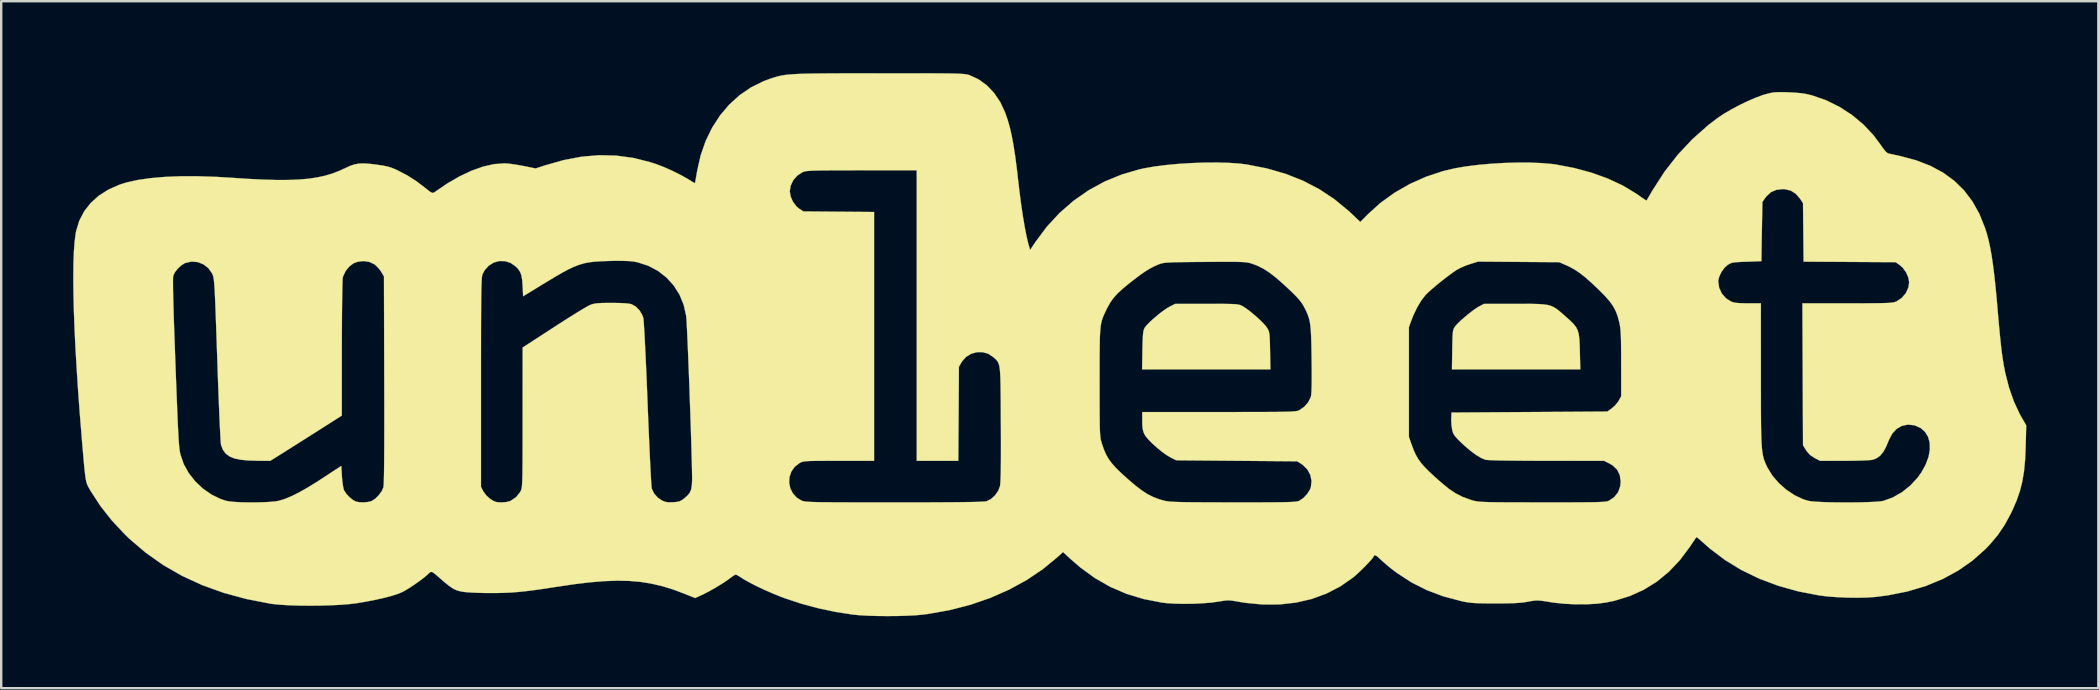
<source format=kicad_pcb>
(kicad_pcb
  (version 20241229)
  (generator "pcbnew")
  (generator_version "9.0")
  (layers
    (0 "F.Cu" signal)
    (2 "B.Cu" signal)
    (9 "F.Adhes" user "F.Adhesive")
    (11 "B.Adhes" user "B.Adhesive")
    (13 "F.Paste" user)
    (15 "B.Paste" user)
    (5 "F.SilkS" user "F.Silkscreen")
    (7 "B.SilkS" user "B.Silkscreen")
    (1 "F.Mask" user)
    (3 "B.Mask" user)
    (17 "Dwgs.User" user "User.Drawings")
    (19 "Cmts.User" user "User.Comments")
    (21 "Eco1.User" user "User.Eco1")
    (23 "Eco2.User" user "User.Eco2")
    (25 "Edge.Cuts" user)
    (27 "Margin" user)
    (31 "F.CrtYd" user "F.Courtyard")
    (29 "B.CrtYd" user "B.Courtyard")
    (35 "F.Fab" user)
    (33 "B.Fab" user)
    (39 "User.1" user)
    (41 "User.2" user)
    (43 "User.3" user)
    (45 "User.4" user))
  (footprint "F.Silk_g8169"
    (layer "F.Cu")
    (at 32.87 20.006)
    (property "Reference" "F.Silk_g8169" (at 0 0 0) (layer "F.SilkS") (effects (font (size 1.524 1.524) (thickness 0.3))))
    (attr through_hole)
    (fp_poly (pts (xy 27.951 -10.391) (xy 28.208 -10.385) (xy 28.413 -10.37) (xy 28.579 -10.346) (xy 28.718 -10.308) (xy 28.839 -10.253) (xy 28.955 -10.18) (xy 29.077 -10.084) (xy 29.217 -9.963) (xy 29.336 -9.858) (xy 29.52 -9.692) (xy 29.659 -9.554) (xy 29.76 -9.426) (xy 29.829 -9.292) (xy 29.874 -9.137) (xy 29.9 -8.944) (xy 29.914 -8.697) (xy 29.922 -8.414) (xy 29.939 -7.662) (xy 24.591 -7.662) (xy 24.604 -8.481) (xy 24.609 -8.765) (xy 24.615 -8.977) (xy 24.623 -9.131) (xy 24.634 -9.241) (xy 24.652 -9.318) (xy 24.676 -9.377) (xy 24.708 -9.431) (xy 24.717 -9.444) (xy 24.81 -9.552) (xy 24.954 -9.693) (xy 25.13 -9.848) (xy 25.32 -10.004) (xy 25.505 -10.144) (xy 25.665 -10.252) (xy 25.727 -10.287) (xy 25.929 -10.393) (xy 27.241 -10.393) (xy 27.633 -10.393) (xy 27.951 -10.391)) (stroke (width 0.01) (type solid)) (fill yes) (layer "F.SilkS"))
    (fp_poly (pts (xy 14.741 -10.393) (xy 15.034 -10.392) (xy 15.263 -10.389) (xy 15.438 -10.385) (xy 15.568 -10.378) (xy 15.663 -10.367) (xy 15.734 -10.352) (xy 15.79 -10.333) (xy 15.842 -10.309) (xy 15.863 -10.297) (xy 16.006 -10.207) (xy 16.181 -10.076) (xy 16.369 -9.92) (xy 16.553 -9.755) (xy 16.715 -9.596) (xy 16.838 -9.46) (xy 16.891 -9.386) (xy 16.929 -9.318) (xy 16.957 -9.252) (xy 16.976 -9.172) (xy 16.99 -9.064) (xy 16.999 -8.915) (xy 17.005 -8.709) (xy 17.011 -8.435) (xy 17.025 -7.662) (xy 11.677 -7.662) (xy 11.691 -8.456) (xy 11.698 -8.747) (xy 11.706 -8.967) (xy 11.717 -9.128) (xy 11.732 -9.243) (xy 11.753 -9.325) (xy 11.78 -9.387) (xy 11.857 -9.489) (xy 11.987 -9.624) (xy 12.153 -9.777) (xy 12.338 -9.934) (xy 12.526 -10.081) (xy 12.699 -10.201) (xy 12.827 -10.276) (xy 13.06 -10.393) (xy 14.372 -10.393) (xy 14.741 -10.393)) (stroke (width 0.01) (type solid)) (fill yes) (layer "F.SilkS"))
    (fp_poly (pts (xy 2.365 -20.001) (xy 2.778 -20) (xy 3.129 -19.998) (xy 3.423 -19.996) (xy 3.667 -19.993) (xy 3.867 -19.989) (xy 4.027 -19.984) (xy 4.153 -19.977) (xy 4.252 -19.97) (xy 4.329 -19.961) (xy 4.39 -19.95) (xy 4.439 -19.938) (xy 4.484 -19.923) (xy 4.487 -19.922) (xy 4.865 -19.747) (xy 5.208 -19.499) (xy 5.509 -19.182) (xy 5.765 -18.803) (xy 5.964 -18.379) (xy 6.067 -18.088) (xy 6.158 -17.771) (xy 6.24 -17.418) (xy 6.316 -17.018) (xy 6.387 -16.561) (xy 6.455 -16.037) (xy 6.497 -15.663) (xy 6.566 -15.076) (xy 6.638 -14.526) (xy 6.713 -14.024) (xy 6.789 -13.577) (xy 6.864 -13.195) (xy 6.938 -12.886) (xy 6.957 -12.819) (xy 7.01 -12.638) (xy 7.236 -12.976) (xy 7.711 -13.611) (xy 8.24 -14.182) (xy 8.818 -14.686) (xy 9.444 -15.123) (xy 10.113 -15.488) (xy 10.822 -15.78) (xy 11.568 -15.998) (xy 11.769 -16.042) (xy 12.197 -16.117) (xy 12.68 -16.178) (xy 13.199 -16.227) (xy 13.737 -16.26) (xy 14.277 -16.279) (xy 14.801 -16.282) (xy 15.291 -16.269) (xy 15.731 -16.239) (xy 16.044 -16.2) (xy 16.88 -16.036) (xy 17.658 -15.811) (xy 18.384 -15.524) (xy 19.06 -15.173) (xy 19.69 -14.755) (xy 20.279 -14.27) (xy 20.382 -14.175) (xy 20.772 -13.806) (xy 21.086 -14.124) (xy 21.612 -14.6) (xy 22.198 -15.023) (xy 22.835 -15.388) (xy 23.512 -15.69) (xy 24.218 -15.924) (xy 24.703 -16.039) (xy 25.16 -16.118) (xy 25.667 -16.182) (xy 26.206 -16.231) (xy 26.76 -16.264) (xy 27.311 -16.28) (xy 27.84 -16.279) (xy 28.329 -16.259) (xy 28.762 -16.221) (xy 28.914 -16.201) (xy 29.686 -16.054) (xy 30.415 -15.857) (xy 31.093 -15.612) (xy 31.714 -15.321) (xy 32.268 -14.988) (xy 32.373 -14.915) (xy 32.512 -14.817) (xy 32.623 -14.742) (xy 32.689 -14.702) (xy 32.701 -14.698) (xy 32.725 -14.738) (xy 32.782 -14.835) (xy 32.865 -14.976) (xy 32.957 -15.134) (xy 33.448 -15.895) (xy 34.001 -16.604) (xy 34.612 -17.256) (xy 35.276 -17.844) (xy 35.67 -18.144) (xy 35.932 -18.318) (xy 36.243 -18.5) (xy 36.581 -18.679) (xy 36.924 -18.844) (xy 37.25 -18.985) (xy 37.539 -19.091) (xy 37.628 -19.118) (xy 37.794 -19.163) (xy 37.931 -19.193) (xy 38.064 -19.21) (xy 38.214 -19.217) (xy 38.405 -19.215) (xy 38.623 -19.208) (xy 38.923 -19.192) (xy 39.166 -19.169) (xy 39.378 -19.134) (xy 39.587 -19.083) (xy 39.607 -19.078) (xy 40.188 -18.875) (xy 40.744 -18.6) (xy 41.265 -18.262) (xy 41.739 -17.867) (xy 42.155 -17.425) (xy 42.435 -17.05) (xy 42.57 -16.858) (xy 42.68 -16.727) (xy 42.759 -16.665) (xy 42.771 -16.661) (xy 42.85 -16.644) (xy 42.989 -16.614) (xy 43.166 -16.576) (xy 43.286 -16.55) (xy 43.943 -16.373) (xy 44.535 -16.143) (xy 45.063 -15.859) (xy 45.528 -15.519) (xy 45.933 -15.122) (xy 46.279 -14.666) (xy 46.569 -14.149) (xy 46.803 -13.57) (xy 46.884 -13.314) (xy 46.956 -13.042) (xy 47.022 -12.736) (xy 47.084 -12.39) (xy 47.142 -11.995) (xy 47.198 -11.542) (xy 47.253 -11.023) (xy 47.307 -10.431) (xy 47.326 -10.212) (xy 47.37 -9.702) (xy 47.41 -9.266) (xy 47.447 -8.894) (xy 47.482 -8.574) (xy 47.516 -8.296) (xy 47.552 -8.05) (xy 47.59 -7.825) (xy 47.631 -7.61) (xy 47.646 -7.534) (xy 47.805 -6.909) (xy 48.007 -6.329) (xy 48.248 -5.81) (xy 48.332 -5.66) (xy 48.524 -5.33) (xy 48.502 -4.432) (xy 48.478 -3.895) (xy 48.433 -3.421) (xy 48.362 -2.994) (xy 48.261 -2.593) (xy 48.126 -2.202) (xy 47.953 -1.801) (xy 47.874 -1.637) (xy 47.62 -1.171) (xy 47.34 -0.759) (xy 47.014 -0.371) (xy 46.82 -0.169) (xy 46.281 0.31) (xy 45.685 0.726) (xy 45.034 1.079) (xy 44.329 1.369) (xy 43.57 1.594) (xy 42.758 1.755) (xy 42.227 1.823) (xy 41.891 1.846) (xy 41.499 1.855) (xy 41.077 1.85) (xy 40.654 1.832) (xy 40.255 1.802) (xy 39.908 1.76) (xy 39.899 1.759) (xy 39.02 1.589) (xy 38.184 1.355) (xy 37.393 1.057) (xy 36.652 0.698) (xy 35.967 0.28) (xy 35.34 -0.195) (xy 35.124 -0.385) (xy 34.987 -0.507) (xy 34.876 -0.603) (xy 34.802 -0.66) (xy 34.779 -0.672) (xy 34.751 -0.632) (xy 34.687 -0.537) (xy 34.595 -0.402) (xy 34.507 -0.269) (xy 34.09 0.288) (xy 33.631 0.772) (xy 33.131 1.183) (xy 32.587 1.521) (xy 32 1.786) (xy 31.369 1.98) (xy 31.009 2.055) (xy 30.632 2.104) (xy 30.2 2.128) (xy 29.74 2.129) (xy 29.278 2.106) (xy 28.841 2.061) (xy 28.687 2.037) (xy 28.462 2) (xy 28.296 1.977) (xy 28.168 1.968) (xy 28.052 1.972) (xy 27.926 1.989) (xy 27.767 2.018) (xy 27.756 2.02) (xy 27.592 2.047) (xy 27.41 2.066) (xy 27.197 2.08) (xy 26.937 2.088) (xy 26.616 2.092) (xy 26.395 2.092) (xy 26.064 2.091) (xy 25.801 2.087) (xy 25.592 2.08) (xy 25.419 2.068) (xy 25.267 2.049) (xy 25.119 2.025) (xy 24.986 1.997) (xy 24.24 1.799) (xy 23.548 1.54) (xy 22.902 1.214) (xy 22.296 0.82) (xy 22.013 0.604) (xy 21.858 0.475) (xy 21.714 0.349) (xy 21.603 0.247) (xy 21.571 0.216) (xy 21.473 0.129) (xy 21.391 0.086) (xy 21.343 0.094) (xy 21.336 0.118) (xy 21.307 0.172) (xy 21.227 0.27) (xy 21.11 0.4) (xy 20.968 0.548) (xy 20.813 0.701) (xy 20.659 0.848) (xy 20.516 0.974) (xy 20.456 1.023) (xy 19.929 1.388) (xy 19.358 1.683) (xy 18.746 1.906) (xy 18.098 2.056) (xy 17.417 2.134) (xy 16.705 2.137) (xy 15.968 2.066) (xy 15.61 2.006) (xy 15.437 1.977) (xy 15.3 1.964) (xy 15.165 1.969) (xy 15 1.993) (xy 14.886 2.012) (xy 14.583 2.055) (xy 14.223 2.085) (xy 13.83 2.104) (xy 13.429 2.109) (xy 13.044 2.101) (xy 12.701 2.08) (xy 12.497 2.056) (xy 11.736 1.907) (xy 11.023 1.69) (xy 10.351 1.4) (xy 9.714 1.036) (xy 9.105 0.595) (xy 8.689 0.234) (xy 8.382 -0.051) (xy 8.145 0.166) (xy 7.535 0.668) (xy 6.862 1.12) (xy 6.131 1.519) (xy 5.351 1.862) (xy 4.527 2.146) (xy 3.665 2.369) (xy 2.773 2.528) (xy 2.517 2.561) (xy 2.222 2.587) (xy 1.864 2.605) (xy 1.466 2.616) (xy 1.049 2.619) (xy 0.633 2.615) (xy 0.24 2.603) (xy -0.108 2.583) (xy -0.368 2.558) (xy -1.086 2.448) (xy -1.82 2.292) (xy -2.542 2.098) (xy -3.22 1.873) (xy -3.401 1.805) (xy -3.742 1.665) (xy -4.08 1.517) (xy -4.398 1.366) (xy -4.678 1.223) (xy -4.904 1.096) (xy -4.989 1.042) (xy -5.112 0.963) (xy -5.21 0.907) (xy -5.258 0.889) (xy -5.314 0.913) (xy -5.408 0.975) (xy -5.457 1.013) (xy -5.633 1.141) (xy -5.861 1.29) (xy -6.114 1.443) (xy -6.367 1.586) (xy -6.595 1.704) (xy -6.639 1.724) (xy -6.948 1.868) (xy -7.422 1.678) (xy -7.876 1.508) (xy -8.321 1.372) (xy -8.766 1.268) (xy -9.221 1.195) (xy -9.696 1.154) (xy -10.201 1.144) (xy -10.747 1.164) (xy -11.342 1.213) (xy -11.997 1.292) (xy -12.706 1.397) (xy -13.191 1.472) (xy -13.608 1.532) (xy -13.973 1.578) (xy -14.301 1.613) (xy -14.608 1.637) (xy -14.91 1.651) (xy -15.221 1.658) (xy -15.452 1.659) (xy -15.733 1.657) (xy -16.01 1.65) (xy -16.261 1.639) (xy -16.466 1.625) (xy -16.595 1.611) (xy -16.761 1.581) (xy -16.903 1.538) (xy -17.038 1.473) (xy -17.183 1.377) (xy -17.357 1.239) (xy -17.529 1.091) (xy -17.696 0.944) (xy -17.813 0.846) (xy -17.892 0.792) (xy -17.948 0.776) (xy -17.995 0.793) (xy -18.047 0.838) (xy -18.086 0.875) (xy -18.232 1.002) (xy -18.429 1.152) (xy -18.65 1.308) (xy -18.872 1.455) (xy -19.071 1.574) (xy -19.147 1.615) (xy -19.34 1.695) (xy -19.606 1.78) (xy -19.932 1.865) (xy -20.306 1.948) (xy -20.716 2.027) (xy -21.04 2.081) (xy -21.343 2.118) (xy -21.708 2.148) (xy -22.118 2.169) (xy -22.554 2.182) (xy -23.001 2.186) (xy -23.44 2.182) (xy -23.854 2.17) (xy -24.225 2.148) (xy -24.536 2.118) (xy -24.638 2.104) (xy -25.643 1.91) (xy -26.594 1.652) (xy -27.49 1.33) (xy -28.331 0.943) (xy -29.119 0.491) (xy -29.852 -0.026) (xy -30.532 -0.607) (xy -30.715 -0.783) (xy -31.263 -1.369) (xy -31.735 -1.969) (xy -32.141 -2.593) (xy -32.209 -2.712) (xy -32.246 -2.779) (xy -32.277 -2.843) (xy -32.303 -2.913) (xy -32.327 -2.997) (xy -32.348 -3.105) (xy -32.369 -3.244) (xy -32.39 -3.424) (xy -32.413 -3.652) (xy -32.439 -3.939) (xy -32.469 -4.291) (xy -32.506 -4.719) (xy -32.509 -4.763) (xy -32.593 -5.796) (xy -32.665 -6.782) (xy -32.726 -7.716) (xy -32.777 -8.596) (xy -32.816 -9.418) (xy -32.844 -10.18) (xy -32.86 -10.878) (xy -32.864 -11.356) (xy -28.711 -11.356) (xy -28.71 -11.144) (xy -28.706 -10.856) (xy -28.697 -10.493) (xy -28.685 -10.052) (xy -28.668 -9.531) (xy -28.647 -8.929) (xy -28.622 -8.245) (xy -28.618 -8.132) (xy -28.594 -7.484) (xy -28.572 -6.916) (xy -28.553 -6.42) (xy -28.535 -5.993) (xy -28.52 -5.626) (xy -28.506 -5.316) (xy -28.493 -5.056) (xy -28.482 -4.841) (xy -28.47 -4.664) (xy -28.459 -4.52) (xy -28.448 -4.404) (xy -28.437 -4.309) (xy -28.424 -4.231) (xy -28.411 -4.162) (xy -28.398 -4.106) (xy -28.263 -3.714) (xy -28.055 -3.34) (xy -27.785 -2.996) (xy -27.464 -2.693) (xy -27.102 -2.442) (xy -26.712 -2.254) (xy -26.492 -2.183) (xy -26.342 -2.156) (xy -26.126 -2.136) (xy -25.863 -2.123) (xy -25.57 -2.117) (xy -25.266 -2.117) (xy -24.97 -2.124) (xy -24.699 -2.137) (xy -24.472 -2.157) (xy -24.308 -2.183) (xy -24.302 -2.185) (xy -24.053 -2.26) (xy -23.775 -2.375) (xy -23.46 -2.532) (xy -23.1 -2.736) (xy -22.688 -2.99) (xy -22.479 -3.126) (xy -21.696 -3.638) (xy -21.671 -3.205) (xy -21.654 -3.004) (xy -21.629 -2.819) (xy -21.599 -2.676) (xy -21.582 -2.624) (xy -21.493 -2.483) (xy -21.357 -2.336) (xy -21.205 -2.215) (xy -21.096 -2.156) (xy -20.945 -2.125) (xy -20.755 -2.119) (xy -20.566 -2.138) (xy -20.435 -2.174) (xy -20.284 -2.269) (xy -20.135 -2.417) (xy -20.011 -2.587) (xy -19.94 -2.746) (xy -19.932 -2.814) (xy -19.925 -2.952) (xy -19.919 -3.161) (xy -19.914 -3.444) (xy -19.91 -3.802) (xy -19.907 -4.235) (xy -19.905 -4.747) (xy -19.904 -5.338) (xy -19.904 -6.01) (xy -19.905 -6.764) (xy -19.906 -7.12) (xy -15.875 -7.12) (xy -15.875 -2.765) (xy -15.777 -2.578) (xy -15.652 -2.406) (xy -15.479 -2.256) (xy -15.476 -2.254) (xy -15.338 -2.171) (xy -15.216 -2.13) (xy -15.064 -2.117) (xy -15.021 -2.117) (xy -14.837 -2.13) (xy -14.681 -2.166) (xy -14.635 -2.185) (xy -14.41 -2.338) (xy -14.246 -2.543) (xy -14.22 -2.591) (xy -14.204 -2.625) (xy -14.191 -2.665) (xy -14.179 -2.717) (xy -14.169 -2.787) (xy -14.161 -2.881) (xy -14.155 -3.007) (xy -14.15 -3.17) (xy -14.146 -3.375) (xy -14.143 -3.63) (xy -14.141 -3.941) (xy -14.14 -4.314) (xy -14.139 -4.755) (xy -14.139 -5.27) (xy -14.139 -5.66) (xy -14.138 -8.572) (xy -12.841 -9.415) (xy -12.535 -9.612) (xy -12.243 -9.798) (xy -11.974 -9.967) (xy -11.738 -10.112) (xy -11.544 -10.227) (xy -11.403 -10.307) (xy -11.329 -10.345) (xy -11.234 -10.379) (xy -11.135 -10.402) (xy -11.013 -10.418) (xy -10.853 -10.427) (xy -10.638 -10.431) (xy -10.435 -10.432) (xy -10.111 -10.428) (xy -9.858 -10.416) (xy -9.679 -10.396) (xy -9.602 -10.379) (xy -9.42 -10.276) (xy -9.262 -10.113) (xy -9.146 -9.913) (xy -9.108 -9.796) (xy -9.099 -9.721) (xy -9.088 -9.569) (xy -9.074 -9.346) (xy -9.057 -9.059) (xy -9.04 -8.715) (xy -9.02 -8.321) (xy -9 -7.884) (xy -8.979 -7.41) (xy -8.958 -6.906) (xy -8.937 -6.38) (xy -8.931 -6.223) (xy -8.91 -5.693) (xy -8.889 -5.185) (xy -8.868 -4.705) (xy -8.848 -4.261) (xy -8.829 -3.858) (xy -8.812 -3.504) (xy -8.796 -3.206) (xy -8.782 -2.97) (xy -8.77 -2.804) (xy -8.762 -2.712) (xy -8.759 -2.701) (xy -8.663 -2.491) (xy -8.5 -2.31) (xy -8.327 -2.195) (xy -8.204 -2.144) (xy -8.072 -2.122) (xy -7.897 -2.123) (xy -7.869 -2.124) (xy -7.699 -2.14) (xy -7.581 -2.17) (xy -7.48 -2.226) (xy -7.424 -2.269) (xy -7.272 -2.401) (xy -7.173 -2.522) (xy -7.116 -2.655) (xy -7.087 -2.828) (xy -7.08 -2.941) (xy -3.032 -2.941) (xy -2.985 -2.709) (xy -2.878 -2.495) (xy -2.712 -2.315) (xy -2.519 -2.196) (xy -2.486 -2.182) (xy -2.445 -2.17) (xy -2.392 -2.16) (xy -2.321 -2.151) (xy -2.227 -2.144) (xy -2.104 -2.137) (xy -1.946 -2.132) (xy -1.748 -2.128) (xy -1.505 -2.125) (xy -1.21 -2.122) (xy -0.86 -2.121) (xy -0.448 -2.119) (xy 0.032 -2.119) (xy 0.584 -2.118) (xy 1.215 -2.118) (xy 1.333 -2.118) (xy 2.07 -2.118) (xy 2.724 -2.119) (xy 3.296 -2.122) (xy 3.79 -2.125) (xy 4.206 -2.129) (xy 4.547 -2.134) (xy 4.814 -2.14) (xy 5.009 -2.148) (xy 5.134 -2.156) (xy 5.186 -2.164) (xy 5.378 -2.256) (xy 5.55 -2.411) (xy 5.685 -2.606) (xy 5.757 -2.801) (xy 5.768 -2.888) (xy 5.778 -3.031) (xy 5.785 -3.235) (xy 5.791 -3.504) (xy 5.794 -3.842) (xy 5.795 -4.252) (xy 5.795 -4.739) (xy 5.793 -5.305) (xy 5.792 -5.397) (xy 5.789 -5.919) (xy 5.787 -6.363) (xy 5.783 -6.737) (xy 5.779 -7.047) (xy 5.772 -7.3) (xy 5.768 -7.388) (xy 9.906 -7.388) (xy 9.906 -7.13) (xy 9.906 -6.634) (xy 9.907 -6.216) (xy 9.908 -5.867) (xy 9.91 -5.58) (xy 9.913 -5.347) (xy 9.918 -5.161) (xy 9.924 -5.014) (xy 9.933 -4.898) (xy 9.944 -4.806) (xy 9.957 -4.73) (xy 9.973 -4.663) (xy 9.992 -4.597) (xy 9.995 -4.587) (xy 10.078 -4.342) (xy 10.169 -4.13) (xy 10.277 -3.937) (xy 10.414 -3.75) (xy 10.589 -3.553) (xy 10.813 -3.335) (xy 11.091 -3.083) (xy 11.394 -2.825) (xy 11.659 -2.622) (xy 11.902 -2.465) (xy 12.139 -2.345) (xy 12.385 -2.251) (xy 12.557 -2.2) (xy 12.622 -2.184) (xy 12.692 -2.17) (xy 12.775 -2.159) (xy 12.877 -2.149) (xy 13.005 -2.141) (xy 13.166 -2.135) (xy 13.368 -2.13) (xy 13.616 -2.126) (xy 13.918 -2.123) (xy 14.281 -2.122) (xy 14.711 -2.12) (xy 15.216 -2.119) (xy 15.466 -2.119) (xy 16.009 -2.119) (xy 16.474 -2.119) (xy 16.866 -2.12) (xy 17.193 -2.122) (xy 17.462 -2.125) (xy 17.678 -2.129) (xy 17.847 -2.134) (xy 17.978 -2.141) (xy 18.075 -2.149) (xy 18.145 -2.16) (xy 18.195 -2.172) (xy 18.228 -2.185) (xy 18.4 -2.301) (xy 18.558 -2.468) (xy 18.675 -2.656) (xy 18.713 -2.757) (xy 18.74 -3.013) (xy 18.69 -3.262) (xy 18.567 -3.488) (xy 18.379 -3.678) (xy 18.303 -3.73) (xy 18.14 -3.831) (xy 15.621 -3.852) (xy 13.102 -3.873) (xy 12.869 -3.989) (xy 12.701 -4.089) (xy 12.507 -4.228) (xy 12.306 -4.392) (xy 12.114 -4.564) (xy 11.948 -4.731) (xy 11.826 -4.877) (xy 11.779 -4.952) (xy 11.729 -5.069) (xy 11.7 -5.194) (xy 11.686 -5.355) (xy 11.684 -5.512) (xy 11.684 -5.884) (xy 14.882 -5.884) (xy 15.479 -5.884) (xy 15.997 -5.885) (xy 16.443 -5.885) (xy 16.821 -5.887) (xy 17.138 -5.888) (xy 17.401 -5.891) (xy 17.614 -5.895) (xy 17.784 -5.899) (xy 17.916 -5.905) (xy 18.017 -5.913) (xy 18.093 -5.922) (xy 18.149 -5.932) (xy 18.191 -5.944) (xy 18.225 -5.959) (xy 18.241 -5.967) (xy 18.438 -6.105) (xy 18.6 -6.291) (xy 18.704 -6.497) (xy 18.713 -6.527) (xy 18.729 -6.625) (xy 18.739 -6.792) (xy 18.746 -7.033) (xy 18.748 -7.349) (xy 18.747 -7.744) (xy 18.743 -8.083) (xy 18.737 -8.499) (xy 18.729 -8.84) (xy 18.719 -9.119) (xy 18.705 -9.345) (xy 18.697 -9.419) (xy 22.797 -9.419) (xy 22.797 -4.847) (xy 22.916 -4.509) (xy 22.997 -4.294) (xy 23.082 -4.106) (xy 23.18 -3.934) (xy 23.3 -3.766) (xy 23.451 -3.592) (xy 23.642 -3.4) (xy 23.882 -3.178) (xy 24.169 -2.924) (xy 24.47 -2.679) (xy 24.75 -2.492) (xy 25.036 -2.348) (xy 25.351 -2.232) (xy 25.4 -2.217) (xy 25.466 -2.197) (xy 25.53 -2.181) (xy 25.598 -2.167) (xy 25.678 -2.155) (xy 25.776 -2.145) (xy 25.899 -2.138) (xy 26.054 -2.132) (xy 26.249 -2.128) (xy 26.49 -2.124) (xy 26.784 -2.122) (xy 27.138 -2.121) (xy 27.559 -2.12) (xy 28.055 -2.119) (xy 28.355 -2.119) (xy 28.899 -2.119) (xy 29.365 -2.119) (xy 29.759 -2.12) (xy 30.087 -2.122) (xy 30.356 -2.124) (xy 30.573 -2.128) (xy 30.744 -2.134) (xy 30.874 -2.14) (xy 30.972 -2.149) (xy 31.042 -2.159) (xy 31.091 -2.171) (xy 31.127 -2.185) (xy 31.128 -2.185) (xy 31.359 -2.342) (xy 31.517 -2.544) (xy 31.605 -2.79) (xy 31.623 -2.996) (xy 31.586 -3.259) (xy 31.477 -3.479) (xy 31.295 -3.656) (xy 31.154 -3.74) (xy 30.929 -3.852) (xy 28.535 -3.853) (xy 27.986 -3.853) (xy 27.494 -3.856) (xy 27.064 -3.86) (xy 26.7 -3.865) (xy 26.406 -3.871) (xy 26.185 -3.879) (xy 26.041 -3.888) (xy 25.985 -3.896) (xy 25.805 -3.972) (xy 25.585 -4.106) (xy 25.34 -4.288) (xy 25.082 -4.511) (xy 24.98 -4.607) (xy 24.83 -4.755) (xy 24.73 -4.865) (xy 24.667 -4.955) (xy 24.628 -5.043) (xy 24.601 -5.15) (xy 24.597 -5.172) (xy 24.571 -5.357) (xy 24.56 -5.554) (xy 24.562 -5.638) (xy 24.575 -5.863) (xy 31.065 -5.905) (xy 31.249 -6.034) (xy 31.383 -6.152) (xy 31.503 -6.296) (xy 31.538 -6.352) (xy 31.644 -6.54) (xy 31.643 -7.916) (xy 31.642 -8.312) (xy 31.64 -8.633) (xy 31.636 -8.891) (xy 31.629 -9.097) (xy 31.619 -9.262) (xy 31.606 -9.396) (xy 31.589 -9.509) (xy 31.568 -9.613) (xy 31.567 -9.618) (xy 31.498 -9.877) (xy 31.414 -10.099) (xy 31.305 -10.302) (xy 31.16 -10.504) (xy 30.968 -10.722) (xy 30.737 -10.956) (xy 30.431 -11.247) (xy 30.342 -11.326) (xy 35.687 -11.326) (xy 35.727 -11.063) (xy 35.838 -10.824) (xy 36.01 -10.626) (xy 36.216 -10.493) (xy 36.31 -10.458) (xy 36.425 -10.435) (xy 36.579 -10.422) (xy 36.79 -10.416) (xy 36.925 -10.415) (xy 37.465 -10.414) (xy 37.466 -7.44) (xy 37.466 -6.833) (xy 37.467 -6.303) (xy 37.468 -5.846) (xy 37.471 -5.453) (xy 37.476 -5.12) (xy 37.483 -4.838) (xy 37.493 -4.603) (xy 37.507 -4.406) (xy 37.524 -4.243) (xy 37.545 -4.106) (xy 37.571 -3.989) (xy 37.602 -3.885) (xy 37.638 -3.789) (xy 37.681 -3.692) (xy 37.73 -3.59) (xy 37.747 -3.556) (xy 37.947 -3.231) (xy 38.212 -2.924) (xy 38.524 -2.649) (xy 38.866 -2.42) (xy 39.221 -2.252) (xy 39.44 -2.184) (xy 39.571 -2.163) (xy 39.773 -2.146) (xy 40.03 -2.133) (xy 40.329 -2.123) (xy 40.657 -2.118) (xy 40.998 -2.115) (xy 41.339 -2.117) (xy 41.667 -2.122) (xy 41.967 -2.131) (xy 42.225 -2.143) (xy 42.427 -2.159) (xy 42.56 -2.179) (xy 42.568 -2.181) (xy 42.963 -2.323) (xy 43.342 -2.539) (xy 43.693 -2.819) (xy 44.001 -3.152) (xy 44.151 -3.361) (xy 44.334 -3.691) (xy 44.453 -4.012) (xy 44.509 -4.317) (xy 44.503 -4.598) (xy 44.436 -4.847) (xy 44.309 -5.056) (xy 44.124 -5.219) (xy 43.882 -5.326) (xy 43.848 -5.335) (xy 43.587 -5.361) (xy 43.342 -5.309) (xy 43.125 -5.183) (xy 42.943 -4.989) (xy 42.808 -4.734) (xy 42.804 -4.723) (xy 42.682 -4.431) (xy 42.56 -4.213) (xy 42.428 -4.057) (xy 42.277 -3.952) (xy 42.131 -3.897) (xy 42.043 -3.884) (xy 41.884 -3.873) (xy 41.667 -3.863) (xy 41.405 -3.857) (xy 41.113 -3.853) (xy 40.952 -3.853) (xy 39.93 -3.852) (xy 39.704 -3.971) (xy 39.515 -4.095) (xy 39.375 -4.255) (xy 39.349 -4.295) (xy 39.222 -4.502) (xy 39.197 -10.414) (xy 41.072 -10.415) (xy 41.523 -10.415) (xy 41.897 -10.416) (xy 42.202 -10.418) (xy 42.446 -10.421) (xy 42.638 -10.426) (xy 42.786 -10.432) (xy 42.897 -10.441) (xy 42.979 -10.452) (xy 43.041 -10.466) (xy 43.09 -10.483) (xy 43.117 -10.494) (xy 43.337 -10.639) (xy 43.506 -10.836) (xy 43.613 -11.069) (xy 43.646 -11.293) (xy 43.611 -11.494) (xy 43.518 -11.704) (xy 43.385 -11.892) (xy 43.256 -12.007) (xy 43.082 -12.129) (xy 41.164 -12.14) (xy 39.247 -12.152) (xy 39.234 -13.371) (xy 39.222 -14.59) (xy 39.105 -14.767) (xy 38.924 -14.978) (xy 38.713 -15.113) (xy 38.464 -15.172) (xy 38.379 -15.176) (xy 38.107 -15.144) (xy 37.882 -15.046) (xy 37.698 -14.876) (xy 37.656 -14.82) (xy 37.529 -14.64) (xy 37.507 -13.406) (xy 37.486 -12.171) (xy 36.869 -12.15) (xy 36.625 -12.14) (xy 36.45 -12.13) (xy 36.325 -12.116) (xy 36.236 -12.096) (xy 36.164 -12.065) (xy 36.093 -12.023) (xy 36.08 -12.015) (xy 35.943 -11.889) (xy 35.82 -11.717) (xy 35.73 -11.528) (xy 35.688 -11.353) (xy 35.687 -11.326) (xy 30.342 -11.326) (xy 30.167 -11.482) (xy 29.932 -11.668) (xy 29.715 -11.815) (xy 29.505 -11.932) (xy 29.379 -11.991) (xy 29.062 -12.129) (xy 27.37 -12.141) (xy 25.679 -12.154) (xy 25.338 -12.048) (xy 25.145 -11.979) (xy 24.953 -11.896) (xy 24.8 -11.815) (xy 24.787 -11.807) (xy 24.616 -11.691) (xy 24.411 -11.54) (xy 24.19 -11.369) (xy 23.969 -11.19) (xy 23.765 -11.018) (xy 23.597 -10.868) (xy 23.481 -10.752) (xy 23.481 -10.751) (xy 23.308 -10.525) (xy 23.137 -10.238) (xy 22.982 -9.915) (xy 22.895 -9.694) (xy 22.797 -9.419) (xy 18.697 -9.419) (xy 18.685 -9.53) (xy 18.659 -9.685) (xy 18.624 -9.819) (xy 18.58 -9.945) (xy 18.524 -10.073) (xy 18.473 -10.181) (xy 18.405 -10.31) (xy 18.331 -10.429) (xy 18.239 -10.549) (xy 18.121 -10.682) (xy 17.966 -10.839) (xy 17.763 -11.032) (xy 17.586 -11.196) (xy 17.271 -11.474) (xy 16.991 -11.692) (xy 16.732 -11.859) (xy 16.48 -11.985) (xy 16.242 -12.073) (xy 16.172 -12.093) (xy 16.098 -12.11) (xy 16.013 -12.123) (xy 15.906 -12.133) (xy 15.77 -12.139) (xy 15.595 -12.144) (xy 15.372 -12.146) (xy 15.092 -12.146) (xy 14.746 -12.144) (xy 14.325 -12.141) (xy 14.287 -12.141) (xy 13.864 -12.138) (xy 13.517 -12.134) (xy 13.236 -12.131) (xy 13.013 -12.126) (xy 12.839 -12.12) (xy 12.705 -12.111) (xy 12.603 -12.101) (xy 12.523 -12.087) (xy 12.456 -12.069) (xy 12.393 -12.048) (xy 12.34 -12.027) (xy 12.161 -11.948) (xy 11.98 -11.851) (xy 11.785 -11.729) (xy 11.561 -11.571) (xy 11.295 -11.369) (xy 11.146 -11.252) (xy 10.87 -11.025) (xy 10.654 -10.825) (xy 10.484 -10.635) (xy 10.345 -10.44) (xy 10.224 -10.223) (xy 10.186 -10.146) (xy 10.127 -10.021) (xy 10.077 -9.911) (xy 10.035 -9.807) (xy 10 -9.702) (xy 9.973 -9.588) (xy 9.951 -9.457) (xy 9.935 -9.3) (xy 9.923 -9.111) (xy 9.915 -8.88) (xy 9.91 -8.601) (xy 9.907 -8.264) (xy 9.906 -7.863) (xy 9.906 -7.388) (xy 5.768 -7.388) (xy 5.762 -7.503) (xy 5.748 -7.663) (xy 5.73 -7.788) (xy 5.706 -7.883) (xy 5.675 -7.957) (xy 5.638 -8.016) (xy 5.593 -8.068) (xy 5.538 -8.118) (xy 5.475 -8.174) (xy 5.466 -8.182) (xy 5.258 -8.317) (xy 5.025 -8.381) (xy 4.784 -8.378) (xy 4.55 -8.31) (xy 4.34 -8.18) (xy 4.172 -7.991) (xy 4.146 -7.948) (xy 4.043 -7.768) (xy 4.031 -5.81) (xy 4.018 -3.852) (xy 2.286 -3.852) (xy 2.286 -15.96) (xy -0.011 -15.959) (xy -0.512 -15.958) (xy -0.937 -15.958) (xy -1.29 -15.956) (xy -1.581 -15.954) (xy -1.815 -15.951) (xy -2.001 -15.946) (xy -2.144 -15.94) (xy -2.253 -15.931) (xy -2.334 -15.921) (xy -2.394 -15.909) (xy -2.442 -15.894) (xy -2.477 -15.879) (xy -2.696 -15.736) (xy -2.865 -15.54) (xy -2.972 -15.309) (xy -3.005 -15.083) (xy -2.969 -14.866) (xy -2.873 -14.647) (xy -2.733 -14.459) (xy -2.62 -14.364) (xy -2.441 -14.245) (xy -0.966 -14.233) (xy 0.508 -14.221) (xy 0.508 -3.852) (xy -0.963 -3.852) (xy -1.355 -3.851) (xy -1.672 -3.85) (xy -1.922 -3.848) (xy -2.116 -3.845) (xy -2.261 -3.839) (xy -2.369 -3.83) (xy -2.447 -3.818) (xy -2.506 -3.802) (xy -2.554 -3.782) (xy -2.601 -3.757) (xy -2.602 -3.756) (xy -2.803 -3.598) (xy -2.942 -3.4) (xy -3.018 -3.176) (xy -3.032 -2.941) (xy -7.08 -2.941) (xy -7.077 -2.998) (xy -7.075 -3.114) (xy -7.077 -3.305) (xy -7.082 -3.561) (xy -7.09 -3.875) (xy -7.1 -4.238) (xy -7.112 -4.643) (xy -7.125 -5.079) (xy -7.14 -5.54) (xy -7.157 -6.016) (xy -7.174 -6.5) (xy -7.191 -6.982) (xy -7.209 -7.455) (xy -7.227 -7.911) (xy -7.244 -8.34) (xy -7.261 -8.735) (xy -7.277 -9.086) (xy -7.291 -9.387) (xy -7.304 -9.628) (xy -7.315 -9.801) (xy -7.324 -9.896) (xy -7.427 -10.355) (xy -7.602 -10.779) (xy -7.844 -11.16) (xy -8.145 -11.491) (xy -8.499 -11.767) (xy -8.899 -11.979) (xy -9.339 -12.122) (xy -9.5 -12.154) (xy -9.692 -12.175) (xy -9.96 -12.185) (xy -10.293 -12.186) (xy -10.558 -12.18) (xy -10.861 -12.169) (xy -11.122 -12.153) (xy -11.353 -12.126) (xy -11.566 -12.085) (xy -11.774 -12.026) (xy -11.987 -11.944) (xy -12.219 -11.836) (xy -12.48 -11.696) (xy -12.784 -11.521) (xy -13.142 -11.305) (xy -13.314 -11.201) (xy -14.118 -10.709) (xy -14.139 -11.144) (xy -14.158 -11.393) (xy -14.19 -11.579) (xy -14.243 -11.722) (xy -14.324 -11.844) (xy -14.421 -11.946) (xy -14.634 -12.096) (xy -14.868 -12.172) (xy -15.107 -12.178) (xy -15.338 -12.116) (xy -15.546 -11.989) (xy -15.718 -11.802) (xy -15.809 -11.632) (xy -15.82 -11.599) (xy -15.829 -11.551) (xy -15.838 -11.484) (xy -15.845 -11.391) (xy -15.851 -11.269) (xy -15.857 -11.113) (xy -15.861 -10.917) (xy -15.865 -10.677) (xy -15.868 -10.388) (xy -15.87 -10.045) (xy -15.872 -9.644) (xy -15.873 -9.179) (xy -15.874 -8.645) (xy -15.875 -8.038) (xy -15.875 -7.352) (xy -15.875 -7.12) (xy -19.906 -7.12) (xy -19.906 -7.225) (xy -19.918 -11.536) (xy -20.032 -11.729) (xy -20.138 -11.873) (xy -20.271 -12.006) (xy -20.323 -12.046) (xy -20.53 -12.142) (xy -20.769 -12.176) (xy -21.012 -12.148) (xy -21.188 -12.082) (xy -21.365 -11.949) (xy -21.516 -11.761) (xy -21.618 -11.548) (xy -21.634 -11.49) (xy -21.641 -11.42) (xy -21.647 -11.273) (xy -21.653 -11.056) (xy -21.658 -10.776) (xy -21.663 -10.443) (xy -21.667 -10.062) (xy -21.67 -9.642) (xy -21.672 -9.191) (xy -21.674 -8.714) (xy -21.674 -8.53) (xy -21.675 -5.736) (xy -22.741 -5.059) (xy -23.036 -4.872) (xy -23.331 -4.685) (xy -23.61 -4.508) (xy -23.862 -4.349) (xy -24.071 -4.217) (xy -24.223 -4.122) (xy -24.231 -4.117) (xy -24.653 -3.852) (xy -25.143 -3.853) (xy -25.551 -3.864) (xy -25.884 -3.895) (xy -26.151 -3.951) (xy -26.357 -4.036) (xy -26.513 -4.152) (xy -26.624 -4.302) (xy -26.7 -4.49) (xy -26.71 -4.525) (xy -26.717 -4.592) (xy -26.728 -4.736) (xy -26.74 -4.95) (xy -26.754 -5.229) (xy -26.769 -5.564) (xy -26.786 -5.949) (xy -26.803 -6.376) (xy -26.821 -6.84) (xy -26.839 -7.333) (xy -26.857 -7.847) (xy -26.857 -7.853) (xy -26.879 -8.488) (xy -26.898 -9.045) (xy -26.915 -9.528) (xy -26.93 -9.943) (xy -26.943 -10.296) (xy -26.956 -10.592) (xy -26.967 -10.837) (xy -26.978 -11.037) (xy -26.989 -11.197) (xy -27 -11.323) (xy -27.011 -11.42) (xy -27.023 -11.494) (xy -27.037 -11.55) (xy -27.052 -11.595) (xy -27.068 -11.634) (xy -27.087 -11.672) (xy -27.089 -11.674) (xy -27.242 -11.887) (xy -27.444 -12.042) (xy -27.68 -12.133) (xy -27.932 -12.155) (xy -28.185 -12.101) (xy -28.21 -12.091) (xy -28.364 -11.998) (xy -28.514 -11.859) (xy -28.636 -11.702) (xy -28.7 -11.565) (xy -28.708 -11.496) (xy -28.711 -11.356) (xy -32.864 -11.356) (xy -32.865 -11.509) (xy -32.859 -12.071) (xy -32.841 -12.559) (xy -32.811 -12.971) (xy -32.769 -13.303) (xy -32.747 -13.425) (xy -32.616 -13.856) (xy -32.412 -14.248) (xy -32.138 -14.598) (xy -31.798 -14.903) (xy -31.396 -15.158) (xy -30.934 -15.361) (xy -30.649 -15.451) (xy -30.191 -15.553) (xy -29.657 -15.631) (xy -29.055 -15.683) (xy -28.391 -15.71) (xy -27.67 -15.71) (xy -26.899 -15.685) (xy -26.289 -15.648) (xy -25.588 -15.602) (xy -24.962 -15.571) (xy -24.405 -15.555) (xy -23.909 -15.556) (xy -23.466 -15.573) (xy -23.069 -15.607) (xy -22.71 -15.66) (xy -22.382 -15.731) (xy -22.077 -15.821) (xy -21.788 -15.931) (xy -21.526 -16.052) (xy -21.326 -16.144) (xy -21.145 -16.205) (xy -20.961 -16.238) (xy -20.754 -16.245) (xy -20.504 -16.228) (xy -20.234 -16.195) (xy -19.971 -16.156) (xy -19.767 -16.114) (xy -19.594 -16.062) (xy -19.426 -15.993) (xy -19.392 -15.977) (xy -18.959 -15.754) (xy -18.564 -15.502) (xy -18.231 -15.249) (xy -18.079 -15.128) (xy -17.978 -15.054) (xy -17.911 -15.02) (xy -17.863 -15.017) (xy -17.82 -15.04) (xy -17.808 -15.048) (xy -17.28 -15.409) (xy -16.762 -15.708) (xy -16.261 -15.944) (xy -15.781 -16.114) (xy -15.328 -16.216) (xy -14.909 -16.247) (xy -14.736 -16.237) (xy -14.568 -16.216) (xy -14.353 -16.183) (xy -14.126 -16.142) (xy -14.027 -16.123) (xy -13.596 -16.035) (xy -13.201 -16.165) (xy -12.429 -16.384) (xy -11.683 -16.525) (xy -10.957 -16.587) (xy -10.246 -16.571) (xy -9.543 -16.477) (xy -8.843 -16.304) (xy -8.569 -16.215) (xy -8.245 -16.091) (xy -7.894 -15.935) (xy -7.55 -15.763) (xy -7.247 -15.593) (xy -7.197 -15.562) (xy -7.078 -15.488) (xy -6.991 -15.438) (xy -6.958 -15.423) (xy -6.948 -15.465) (xy -6.928 -15.574) (xy -6.9 -15.734) (xy -6.866 -15.929) (xy -6.865 -15.938) (xy -6.719 -16.582) (xy -6.509 -17.185) (xy -6.237 -17.742) (xy -5.909 -18.248) (xy -5.527 -18.698) (xy -5.096 -19.089) (xy -4.618 -19.415) (xy -4.098 -19.672) (xy -3.873 -19.756) (xy -3.752 -19.797) (xy -3.639 -19.834) (xy -3.53 -19.865) (xy -3.419 -19.893) (xy -3.298 -19.916) (xy -3.163 -19.936) (xy -3.008 -19.952) (xy -2.825 -19.965) (xy -2.61 -19.976) (xy -2.355 -19.984) (xy -2.056 -19.99) (xy -1.706 -19.994) (xy -1.298 -19.997) (xy -0.827 -19.999) (xy -0.287 -20) (xy 0.328 -20) (xy 0.699 -20.001) (xy 1.331 -20.001) (xy 1.885 -20.001) (xy 2.365 -20.001)) (stroke (width 0.01) (type solid)) (fill yes) (layer "F.SilkS")))
  (gr_rect
    (start -3 -3)
    (end 84.4 25.63)
    (stroke (width 0.1) (type default))
    (fill no)
    (layer "Edge.Cuts")))
</source>
